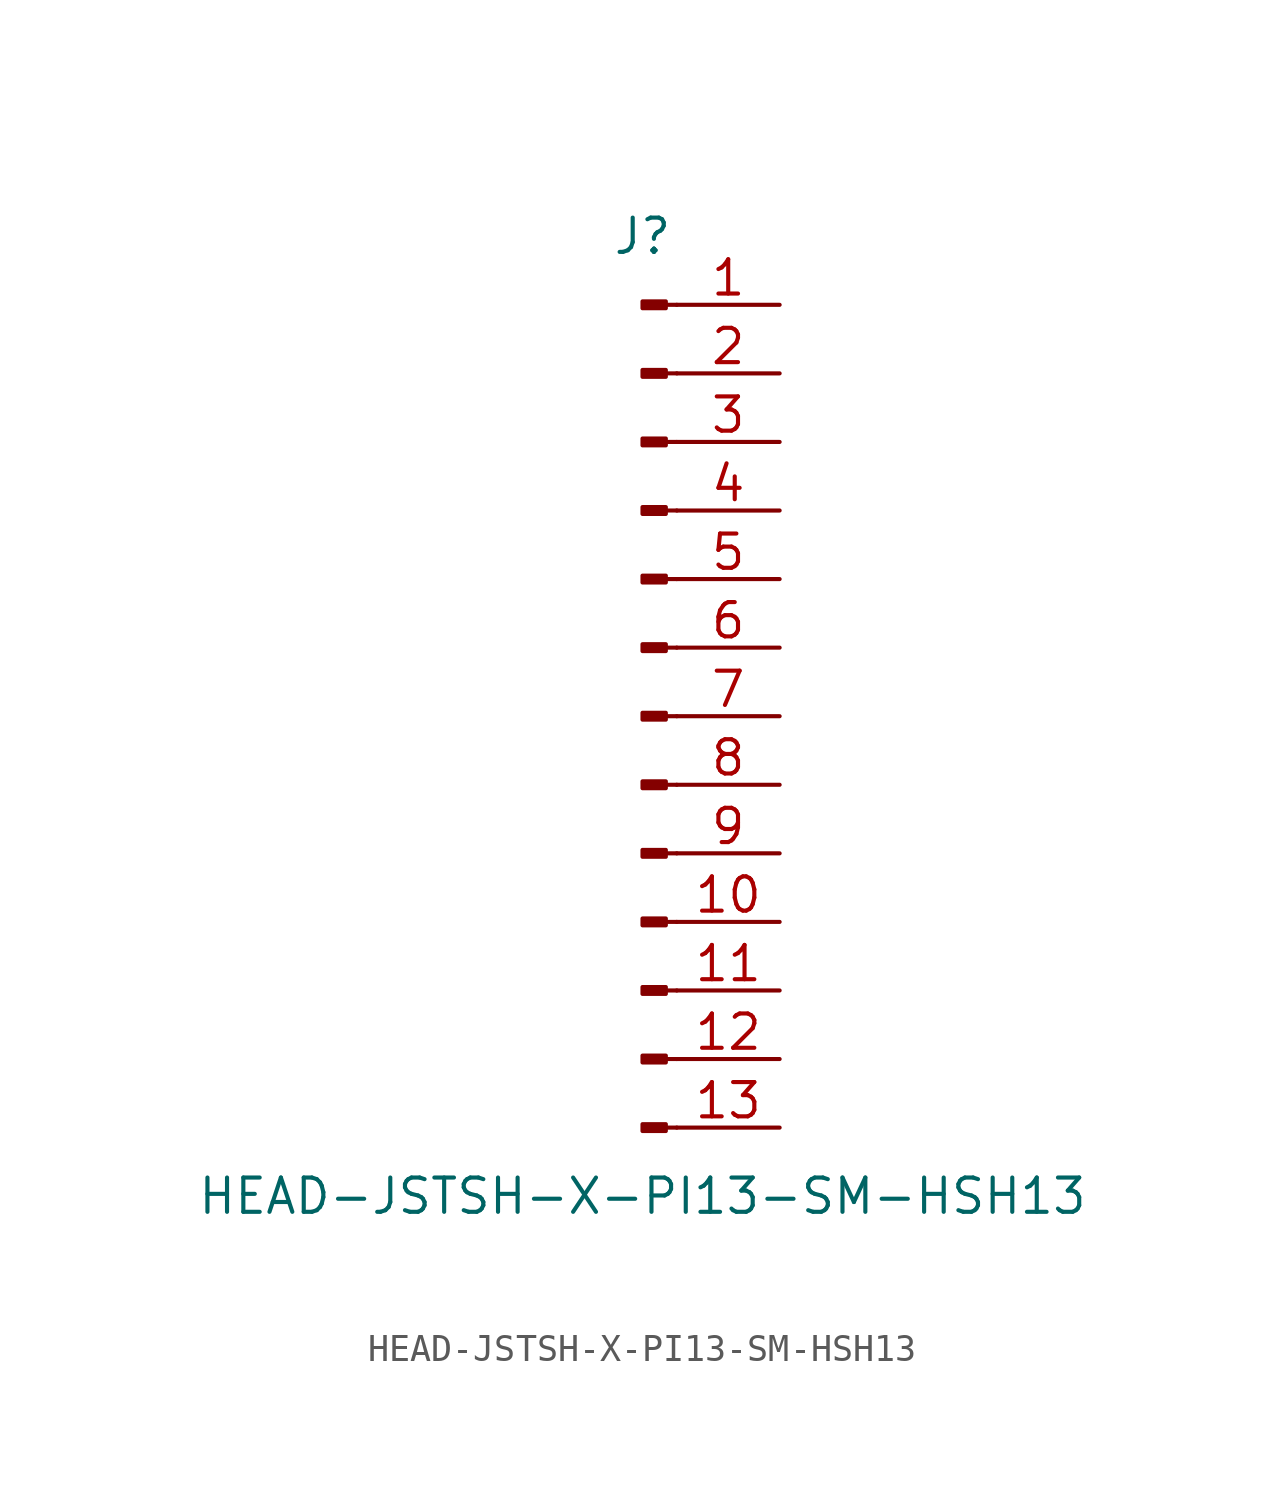
<source format=kicad_sym>
(kicad_symbol_lib
  (version 20211014)
  (generator kicad_symbol_editor)
  (symbol "HEAD-JSTSH-X-PI13-SM-HSH13"
    (pin_names
      (offset 1.016) hide)
    (property "Reference" "J"
      (at 0 17.78 0)
      (effects (font (size 1.27 1.27))))
    (property "Value" "HEAD-JSTSH-X-PI13-SM-HSH13"
      (at 0 -17.78 0)
      (effects (font (size 1.27 1.27))))
    (symbol "HEAD-JSTSH-X-PI13-SM-HSH13_1_1"
      (polyline (pts (xy 1.27 -15.24) (xy 0.864 -15.24)) (stroke (width 0.152) (type default) (color 0 0 0 0)) (fill (type none)))
      (polyline (pts (xy 1.27 -12.7) (xy 0.864 -12.7)) (stroke (width 0.152) (type default) (color 0 0 0 0)) (fill (type none)))
      (polyline (pts (xy 1.27 -10.16) (xy 0.864 -10.16)) (stroke (width 0.152) (type default) (color 0 0 0 0)) (fill (type none)))
      (polyline (pts (xy 1.27 -7.62) (xy 0.864 -7.62)) (stroke (width 0.152) (type default) (color 0 0 0 0)) (fill (type none)))
      (polyline (pts (xy 1.27 -5.08) (xy 0.864 -5.08)) (stroke (width 0.152) (type default) (color 0 0 0 0)) (fill (type none)))
      (polyline (pts (xy 1.27 -2.54) (xy 0.864 -2.54)) (stroke (width 0.152) (type default) (color 0 0 0 0)) (fill (type none)))
      (polyline (pts (xy 1.27 0) (xy 0.864 0)) (stroke (width 0.152) (type default) (color 0 0 0 0)) (fill (type none)))
      (polyline (pts (xy 1.27 2.54) (xy 0.864 2.54)) (stroke (width 0.152) (type default) (color 0 0 0 0)) (fill (type none)))
      (polyline (pts (xy 1.27 5.08) (xy 0.864 5.08)) (stroke (width 0.152) (type default) (color 0 0 0 0)) (fill (type none)))
      (polyline (pts (xy 1.27 7.62) (xy 0.864 7.62)) (stroke (width 0.152) (type default) (color 0 0 0 0)) (fill (type none)))
      (polyline (pts (xy 1.27 10.16) (xy 0.864 10.16)) (stroke (width 0.152) (type default) (color 0 0 0 0)) (fill (type none)))
      (polyline (pts (xy 1.27 12.7) (xy 0.864 12.7)) (stroke (width 0.152) (type default) (color 0 0 0 0)) (fill (type none)))
      (polyline (pts (xy 1.27 15.24) (xy 0.864 15.24)) (stroke (width 0.152) (type default) (color 0 0 0 0)) (fill (type none)))
      (rectangle (start 0.864 -15.113) (end 0 -15.367) (stroke (width 0.152) (type default) (color 0 0 0 0)) (fill (type outline)))
      (rectangle (start 0.864 -12.573) (end 0 -12.827) (stroke (width 0.152) (type default) (color 0 0 0 0)) (fill (type outline)))
      (rectangle (start 0.864 -10.033) (end 0 -10.287) (stroke (width 0.152) (type default) (color 0 0 0 0)) (fill (type outline)))
      (rectangle (start 0.864 -7.493) (end 0 -7.747) (stroke (width 0.152) (type default) (color 0 0 0 0)) (fill (type outline)))
      (rectangle (start 0.864 -4.953) (end 0 -5.207) (stroke (width 0.152) (type default) (color 0 0 0 0)) (fill (type outline)))
      (rectangle (start 0.864 -2.413) (end 0 -2.667) (stroke (width 0.152) (type default) (color 0 0 0 0)) (fill (type outline)))
      (rectangle (start 0.864 0.127) (end 0 -0.127) (stroke (width 0.152) (type default) (color 0 0 0 0)) (fill (type outline)))
      (rectangle (start 0.864 2.667) (end 0 2.413) (stroke (width 0.152) (type default) (color 0 0 0 0)) (fill (type outline)))
      (rectangle (start 0.864 5.207) (end 0 4.953) (stroke (width 0.152) (type default) (color 0 0 0 0)) (fill (type outline)))
      (rectangle (start 0.864 7.747) (end 0 7.493) (stroke (width 0.152) (type default) (color 0 0 0 0)) (fill (type outline)))
      (rectangle (start 0.864 10.287) (end 0 10.033) (stroke (width 0.152) (type default) (color 0 0 0 0)) (fill (type outline)))
      (rectangle (start 0.864 12.827) (end 0 12.573) (stroke (width 0.152) (type default) (color 0 0 0 0)) (fill (type outline)))
      (rectangle (start 0.864 15.367) (end 0 15.113) (stroke (width 0.152) (type default) (color 0 0 0 0)) (fill (type outline)))
      (pin passive line (at 5.08 15.24 180) (length 3.81) (name "Pin_1" (effects (font (size 1.27 1.27)))) (number "1" (effects (font (size 1.27 1.27)))))
      (pin passive line (at 5.08 -7.62 180) (length 3.81) (name "Pin_10" (effects (font (size 1.27 1.27)))) (number "10" (effects (font (size 1.27 1.27)))))
      (pin passive line (at 5.08 -10.16 180) (length 3.81) (name "Pin_11" (effects (font (size 1.27 1.27)))) (number "11" (effects (font (size 1.27 1.27)))))
      (pin passive line (at 5.08 -12.7 180) (length 3.81) (name "Pin_12" (effects (font (size 1.27 1.27)))) (number "12" (effects (font (size 1.27 1.27)))))
      (pin passive line (at 5.08 -15.24 180) (length 3.81) (name "Pin_13" (effects (font (size 1.27 1.27)))) (number "13" (effects (font (size 1.27 1.27)))))
      (pin passive line (at 5.08 12.7 180) (length 3.81) (name "Pin_2" (effects (font (size 1.27 1.27)))) (number "2" (effects (font (size 1.27 1.27)))))
      (pin passive line (at 5.08 10.16 180) (length 3.81) (name "Pin_3" (effects (font (size 1.27 1.27)))) (number "3" (effects (font (size 1.27 1.27)))))
      (pin passive line (at 5.08 7.62 180) (length 3.81) (name "Pin_4" (effects (font (size 1.27 1.27)))) (number "4" (effects (font (size 1.27 1.27)))))
      (pin passive line (at 5.08 5.08 180) (length 3.81) (name "Pin_5" (effects (font (size 1.27 1.27)))) (number "5" (effects (font (size 1.27 1.27)))))
      (pin passive line (at 5.08 2.54 180) (length 3.81) (name "Pin_6" (effects (font (size 1.27 1.27)))) (number "6" (effects (font (size 1.27 1.27)))))
      (pin passive line (at 5.08 0 180) (length 3.81) (name "Pin_7" (effects (font (size 1.27 1.27)))) (number "7" (effects (font (size 1.27 1.27)))))
      (pin passive line (at 5.08 -2.54 180) (length 3.81) (name "Pin_8" (effects (font (size 1.27 1.27)))) (number "8" (effects (font (size 1.27 1.27)))))
      (pin passive line (at 5.08 -5.08 180) (length 3.81) (name "Pin_9" (effects (font (size 1.27 1.27)))) (number "9" (effects (font (size 1.27 1.27))))))))
</source>
